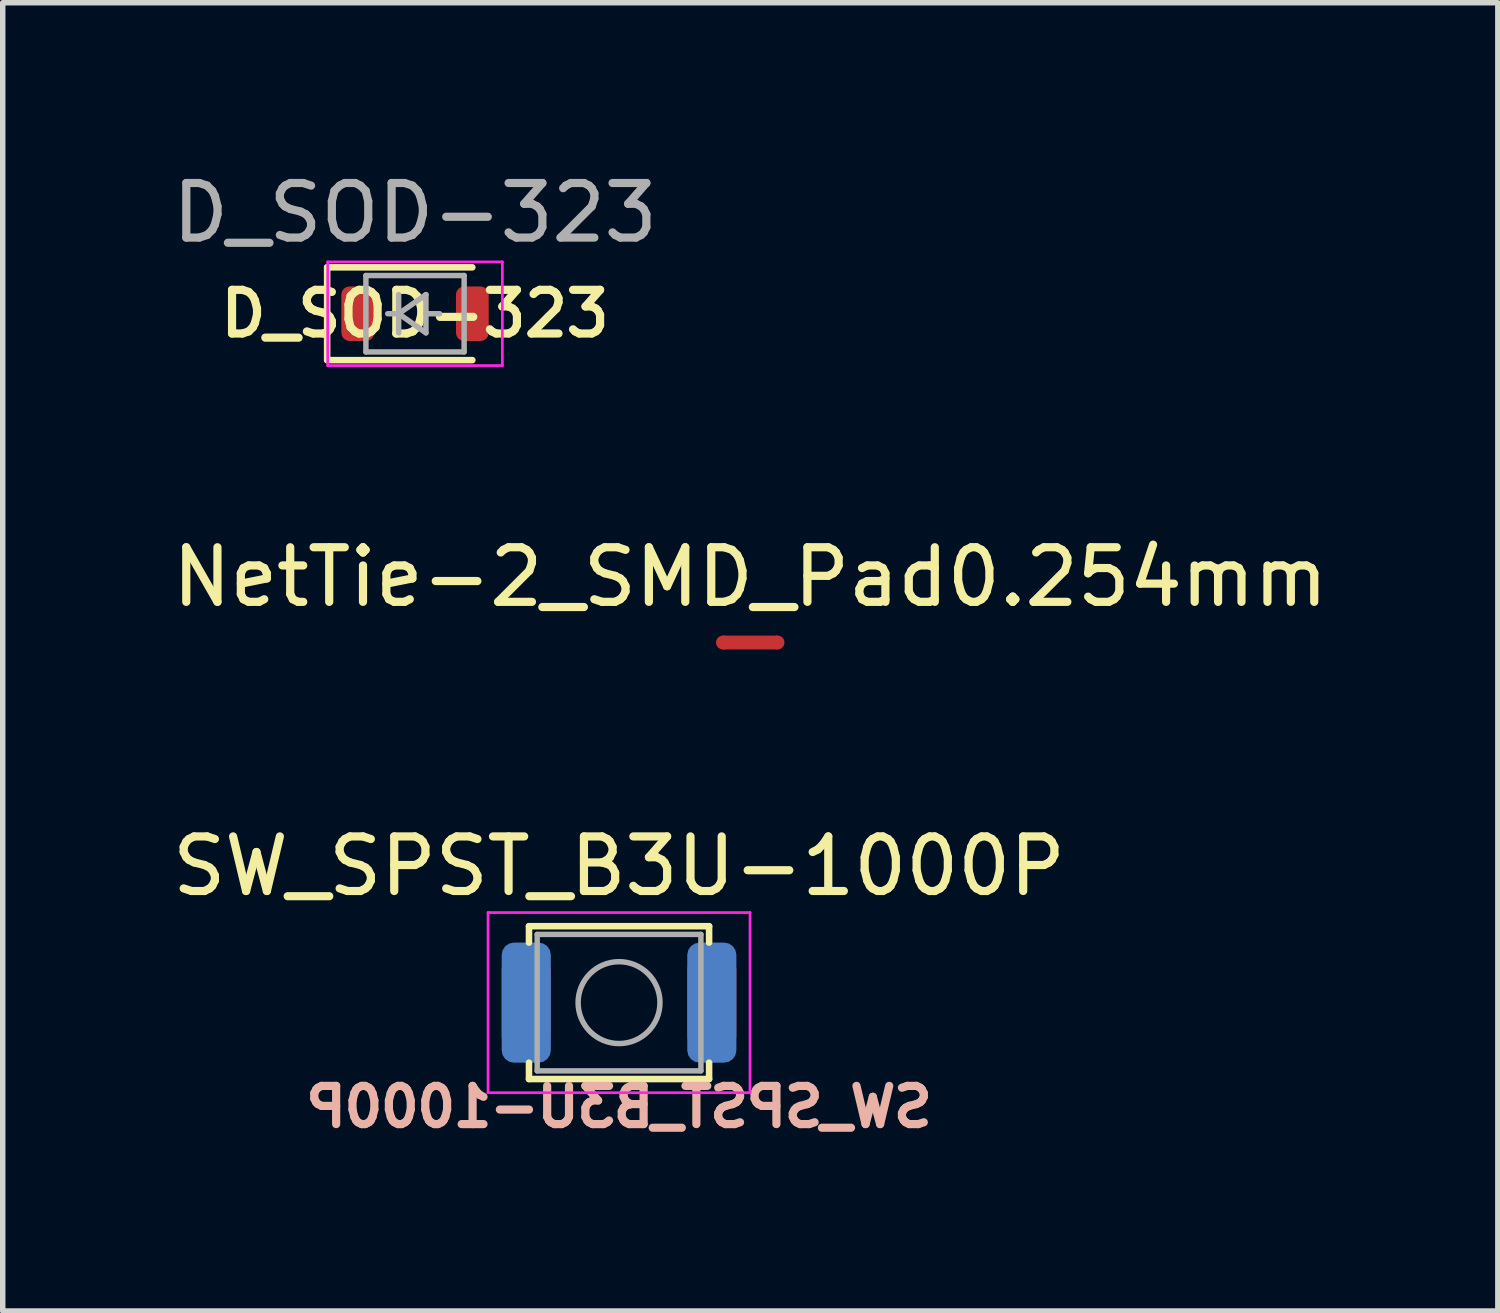
<source format=kicad_pcb>
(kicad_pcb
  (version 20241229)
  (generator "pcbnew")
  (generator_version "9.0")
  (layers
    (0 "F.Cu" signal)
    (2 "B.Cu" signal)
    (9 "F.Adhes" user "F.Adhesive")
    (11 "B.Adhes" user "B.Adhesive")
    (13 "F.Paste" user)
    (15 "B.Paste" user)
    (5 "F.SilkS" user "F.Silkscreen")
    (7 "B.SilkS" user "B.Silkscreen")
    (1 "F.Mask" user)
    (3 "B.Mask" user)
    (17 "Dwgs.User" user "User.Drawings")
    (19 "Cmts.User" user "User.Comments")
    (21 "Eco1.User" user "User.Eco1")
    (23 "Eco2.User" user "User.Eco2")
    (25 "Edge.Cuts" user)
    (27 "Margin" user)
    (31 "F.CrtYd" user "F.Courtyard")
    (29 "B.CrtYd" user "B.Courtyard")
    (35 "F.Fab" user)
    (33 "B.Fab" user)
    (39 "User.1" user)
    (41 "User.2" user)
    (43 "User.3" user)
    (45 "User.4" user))
  (footprint "NetTie-2_SMD_Pad0.254mm"
    (layer "F.Cu")
    (at 10.696 8.722)
    (property "Reference" "NetTie-2_SMD_Pad0.254mm" (at 0 -1.2 0) (layer "F.SilkS") (effects (font (size 1 1) (thickness 0.15))))
    (attr exclude_from_pos_files exclude_from_bom allow_missing_courtyard)
    (fp_rect (start -0.5 -0.117) (end 0.5 0.117) (stroke (width 0.02) (type solid)) (fill yes) (layer "F.Cu"))
    (pad "1" smd circle (at -0.5 0) (size 0.254 0.254) (layers "F.Cu"))
    (pad "2" smd circle (at 0.5 0) (size 0.254 0.254) (layers "F.Cu")))
  (footprint "D_SOD-323"
    (layer "F.Cu")
    (at 4.554 2.698)
    (property "Reference" "D_SOD-323" (at 0 0 0) (layer "F.SilkS") (effects (font (size 0.8 0.8) (thickness 0.15))))
    (attr smd)
    (fp_line (start -1.61 -0.85) (end -1.61 0.85) (stroke (width 0.12) (type solid)) (layer "F.SilkS"))
    (fp_line (start -1.61 -0.85) (end 1.05 -0.85) (stroke (width 0.12) (type solid)) (layer "F.SilkS"))
    (fp_line (start -1.61 0.85) (end 1.05 0.85) (stroke (width 0.12) (type solid)) (layer "F.SilkS"))
    (fp_line (start -1.6 -0.95) (end -1.6 0.95) (stroke (width 0.05) (type solid)) (layer "F.CrtYd"))
    (fp_line (start -1.6 -0.95) (end 1.6 -0.95) (stroke (width 0.05) (type solid)) (layer "F.CrtYd"))
    (fp_line (start -1.6 0.95) (end 1.6 0.95) (stroke (width 0.05) (type solid)) (layer "F.CrtYd"))
    (fp_line (start 1.6 -0.95) (end 1.6 0.95) (stroke (width 0.05) (type solid)) (layer "F.CrtYd"))
    (fp_line (start -0.9 -0.7) (end 0.9 -0.7) (stroke (width 0.1) (type solid)) (layer "F.Fab"))
    (fp_line (start -0.9 0.7) (end -0.9 -0.7) (stroke (width 0.1) (type solid)) (layer "F.Fab"))
    (fp_line (start -0.3 -0.35) (end -0.3 0.35) (stroke (width 0.1) (type solid)) (layer "F.Fab"))
    (fp_line (start -0.3 0) (end -0.5 0) (stroke (width 0.1) (type solid)) (layer "F.Fab"))
    (fp_line (start -0.3 0) (end 0.2 -0.35) (stroke (width 0.1) (type solid)) (layer "F.Fab"))
    (fp_line (start 0.2 -0.35) (end 0.2 0.35) (stroke (width 0.1) (type solid)) (layer "F.Fab"))
    (fp_line (start 0.2 0) (end 0.45 0) (stroke (width 0.1) (type solid)) (layer "F.Fab"))
    (fp_line (start 0.2 0.35) (end -0.3 0) (stroke (width 0.1) (type solid)) (layer "F.Fab"))
    (fp_line (start 0.9 -0.7) (end 0.9 0.7) (stroke (width 0.1) (type solid)) (layer "F.Fab"))
    (fp_line (start 0.9 0.7) (end -0.9 0.7) (stroke (width 0.1) (type solid)) (layer "F.Fab"))
    (fp_text user "${REFERENCE}" (at 0 -1.85 0) (layer "F.Fab") (effects (font (size 1 1) (thickness 0.15))))
    (pad "1" smd roundrect (at -1.05 0) (size 0.6 1) (layers "F.Cu" "F.Mask" "F.Paste") (roundrect_rratio 0.25))
    (pad "2" smd roundrect (at 1.05 0) (size 0.6 1) (layers "F.Cu" "F.Mask" "F.Paste") (roundrect_rratio 0.25)))
  (footprint "SW_SPST_B3U-1000P"
    (layer "F.Cu")
    (at 8.292 15.32)
    (property "Reference" "SW_SPST_B3U-1000P" (at 0 -2.5 0) (layer "F.SilkS") (effects (font (size 1 1) (thickness 0.15))))
    (property "Value" "SW_SPST_B3U-1000P" (at 0 2.5 0) (layer "F.Fab") (hide yes) (effects (font (size 1 1) (thickness 0.15))))
    (attr smd)
    (fp_line (start -1.65 -1.4) (end 1.65 -1.4) (stroke (width 0.12) (type solid)) (layer "F.SilkS"))
    (fp_line (start -1.65 -1.1) (end -1.65 -1.4) (stroke (width 0.12) (type solid)) (layer "F.SilkS"))
    (fp_line (start -1.65 1.1) (end -1.65 1.4) (stroke (width 0.12) (type solid)) (layer "F.SilkS"))
    (fp_line (start -1.65 1.4) (end 1.65 1.4) (stroke (width 0.12) (type solid)) (layer "F.SilkS"))
    (fp_line (start 1.65 -1.4) (end 1.65 -1.1) (stroke (width 0.12) (type solid)) (layer "F.SilkS"))
    (fp_line (start 1.65 1.4) (end 1.65 1.1) (stroke (width 0.12) (type solid)) (layer "F.SilkS"))
    (fp_line (start -2.4 -1.65) (end -2.4 1.65) (stroke (width 0.05) (type solid)) (layer "F.CrtYd"))
    (fp_line (start -2.4 1.65) (end 2.4 1.65) (stroke (width 0.05) (type solid)) (layer "F.CrtYd"))
    (fp_line (start 2.4 -1.65) (end -2.4 -1.65) (stroke (width 0.05) (type solid)) (layer "F.CrtYd"))
    (fp_line (start 2.4 1.65) (end 2.4 -1.65) (stroke (width 0.05) (type solid)) (layer "F.CrtYd"))
    (fp_line (start -1.5 -1.25) (end 1.5 -1.25) (stroke (width 0.1) (type solid)) (layer "F.Fab"))
    (fp_line (start -1.5 1.25) (end -1.5 -1.25) (stroke (width 0.1) (type solid)) (layer "F.Fab"))
    (fp_line (start 1.5 -1.25) (end 1.5 1.25) (stroke (width 0.1) (type solid)) (layer "F.Fab"))
    (fp_line (start 1.5 1.25) (end -1.5 1.25) (stroke (width 0.1) (type solid)) (layer "F.Fab"))
    (fp_circle (center 0 0) (end 0.75 0) (stroke (width 0.1) (type solid)) (fill no) (layer "F.Fab"))
    (fp_text user "${VALUE}" (at 0 -1.75 0) (unlocked yes) (layer "F.Mask") (effects (font (face "Josefin Sans Thin") (size 0.8 0.8) (thickness 0.2) (bold yes)) (justify bottom)))
    (fp_text user "${VALUE}" (at 0 1.5 0) (unlocked yes) (layer "B.SilkS") (effects (font (size 0.7 0.7) (thickness 0.15) (bold yes)) (justify top mirror)))
    (pad "1" smd roundrect (at -1.7 0) (size 0.9 1.7) (layers "F.Cu" "F.Mask" "F.Paste") (roundrect_rratio 0.25))
    (pad "1" smd roundrect (at -1.7 0) (size 0.9 2.2) (layers "B.Cu" "B.Mask") (roundrect_rratio 0.25))
    (pad "2" smd roundrect (at 1.7 0) (size 0.9 1.7) (layers "F.Cu" "F.Mask" "F.Paste") (roundrect_rratio 0.25))
    (pad "2" smd roundrect (at 1.7 0) (size 0.9 2.2) (layers "B.Cu" "B.Mask") (roundrect_rratio 0.25))
    (zone (net_name "") (layer "F.Cu") (hatch edge 0.5) (connect_pads) (min_thickness 0.25) (filled_areas_thickness no) (keepout (tracks not_allowed) (vias not_allowed) (pads not_allowed) (copperpour allowed) (footprints allowed)) (placement (enabled no)) (fill) (polygon (pts (xy 5.542 12.494) (xy 10.992 12.494) (xy 10.992 13.894) (xy 5.542 13.894)))))
  (gr_rect
    (start -3 -3)
    (end 24.393 20.97)
    (stroke (width 0.1) (type default))
    (fill no)
    (layer "Edge.Cuts")))
</source>
